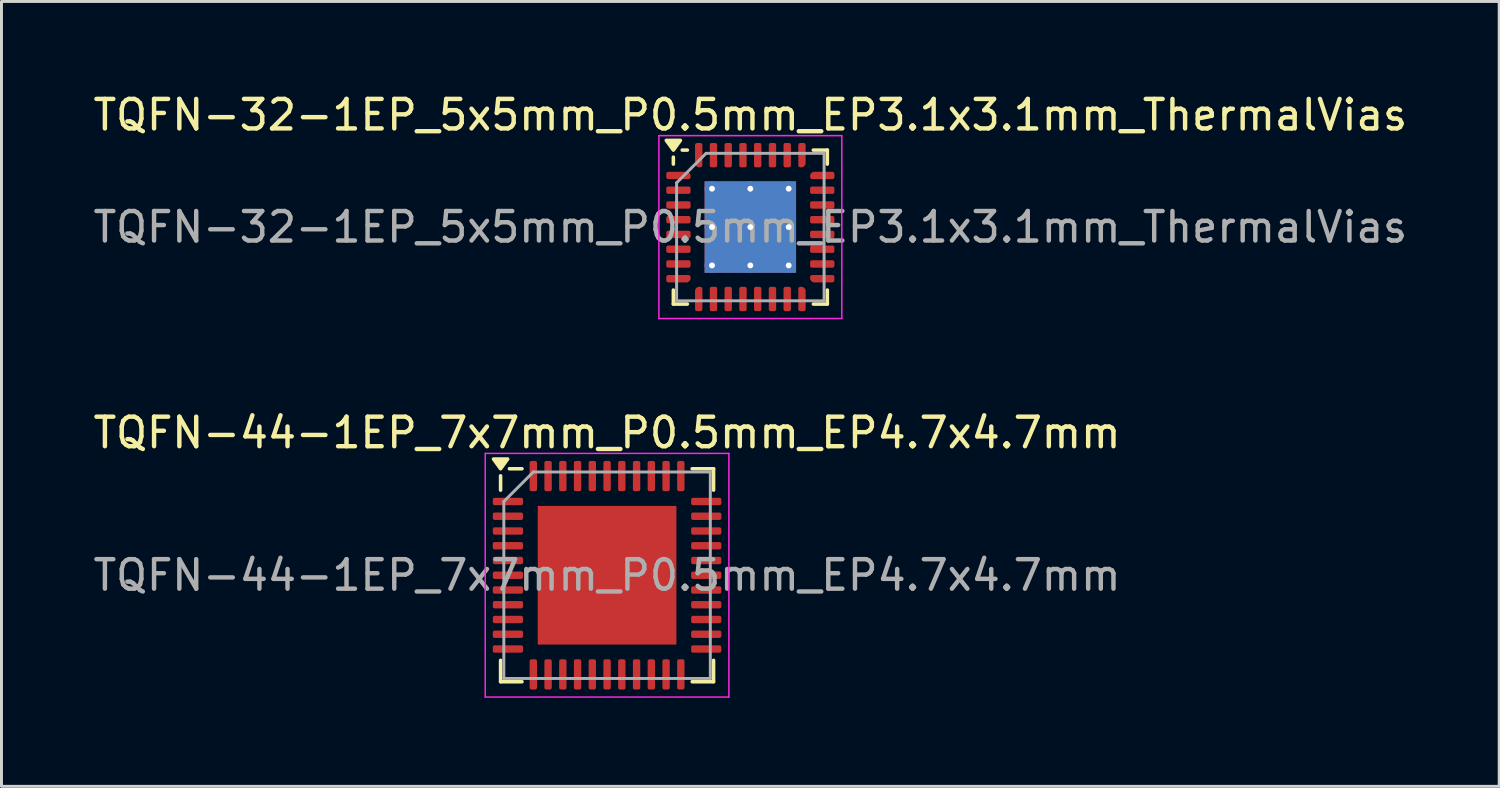
<source format=kicad_pcb>
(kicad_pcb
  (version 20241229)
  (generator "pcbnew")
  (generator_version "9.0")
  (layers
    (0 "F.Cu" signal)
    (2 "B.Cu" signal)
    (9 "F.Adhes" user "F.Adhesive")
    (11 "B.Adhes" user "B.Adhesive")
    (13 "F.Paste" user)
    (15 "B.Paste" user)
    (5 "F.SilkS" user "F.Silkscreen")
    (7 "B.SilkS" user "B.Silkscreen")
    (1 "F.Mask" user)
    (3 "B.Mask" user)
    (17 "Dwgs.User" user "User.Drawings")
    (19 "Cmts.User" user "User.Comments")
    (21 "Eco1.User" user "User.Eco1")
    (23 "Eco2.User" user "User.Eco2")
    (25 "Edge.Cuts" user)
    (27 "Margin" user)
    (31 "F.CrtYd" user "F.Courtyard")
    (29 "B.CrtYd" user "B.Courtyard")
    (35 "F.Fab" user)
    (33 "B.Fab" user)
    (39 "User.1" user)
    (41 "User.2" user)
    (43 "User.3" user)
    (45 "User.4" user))
  (footprint "TQFN-32-1EP_5x5mm_P0.5mm_EP3.1x3.1mm_ThermalVias"
    (layer "F.Cu")
    (at 22.387 4.648)
    (property "Reference" "TQFN-32-1EP_5x5mm_P0.5mm_EP3.1x3.1mm_ThermalVias" (at 0 -3.8 0) (layer "F.SilkS") (effects (font (size 1 1) (thickness 0.15))))
    (attr smd)
    (fp_line (start -2.61 -2.135) (end -2.61 -2.37) (stroke (width 0.12) (type solid)) (layer "F.SilkS"))
    (fp_line (start -2.61 2.61) (end -2.61 2.135) (stroke (width 0.12) (type solid)) (layer "F.SilkS"))
    (fp_line (start -2.135 -2.61) (end -2.31 -2.61) (stroke (width 0.12) (type solid)) (layer "F.SilkS"))
    (fp_line (start -2.135 2.61) (end -2.61 2.61) (stroke (width 0.12) (type solid)) (layer "F.SilkS"))
    (fp_line (start 2.135 -2.61) (end 2.61 -2.61) (stroke (width 0.12) (type solid)) (layer "F.SilkS"))
    (fp_line (start 2.135 2.61) (end 2.61 2.61) (stroke (width 0.12) (type solid)) (layer "F.SilkS"))
    (fp_line (start 2.61 -2.61) (end 2.61 -2.135) (stroke (width 0.12) (type solid)) (layer "F.SilkS"))
    (fp_line (start 2.61 2.61) (end 2.61 2.135) (stroke (width 0.12) (type solid)) (layer "F.SilkS"))
    (fp_poly (pts (xy -2.61 -2.61) (xy -2.85 -2.94) (xy -2.37 -2.94) (xy -2.61 -2.61)) (stroke (width 0.12) (type solid)) (fill yes) (layer "F.SilkS"))
    (fp_line (start -3.1 -3.1) (end -3.1 3.1) (stroke (width 0.05) (type solid)) (layer "F.CrtYd"))
    (fp_line (start -3.1 3.1) (end 3.1 3.1) (stroke (width 0.05) (type solid)) (layer "F.CrtYd"))
    (fp_line (start 3.1 -3.1) (end -3.1 -3.1) (stroke (width 0.05) (type solid)) (layer "F.CrtYd"))
    (fp_line (start 3.1 3.1) (end 3.1 -3.1) (stroke (width 0.05) (type solid)) (layer "F.CrtYd"))
    (fp_line (start -2.5 -1.5) (end -1.5 -2.5) (stroke (width 0.1) (type solid)) (layer "F.Fab"))
    (fp_line (start -2.5 2.5) (end -2.5 -1.5) (stroke (width 0.1) (type solid)) (layer "F.Fab"))
    (fp_line (start -1.5 -2.5) (end 2.5 -2.5) (stroke (width 0.1) (type solid)) (layer "F.Fab"))
    (fp_line (start 2.5 -2.5) (end 2.5 2.5) (stroke (width 0.1) (type solid)) (layer "F.Fab"))
    (fp_line (start 2.5 2.5) (end -2.5 2.5) (stroke (width 0.1) (type solid)) (layer "F.Fab"))
    (fp_text user "${REFERENCE}" (at 0 0 0) (layer "F.Fab") (effects (font (size 1 1) (thickness 0.15))))
    (pad "" smd roundrect (at -0.775 -0.775) (size 1.34 1.34) (layers "F.Paste") (roundrect_rratio 0.187))
    (pad "" smd roundrect (at -0.775 0.775) (size 1.34 1.34) (layers "F.Paste") (roundrect_rratio 0.187))
    (pad "" smd roundrect (at 0.775 -0.775) (size 1.34 1.34) (layers "F.Paste") (roundrect_rratio 0.187))
    (pad "" smd roundrect (at 0.775 0.775) (size 1.34 1.34) (layers "F.Paste") (roundrect_rratio 0.187))
    (pad "1" smd custom (at -2.438 -1.75) (size 0.186 0.186) (layers "F.Cu" "F.Mask" "F.Paste") (options (anchor circle)) (primitives (gr_poly (pts (xy -0.35 -0.062) (xy 0.297 -0.062) (xy 0.35 -0.009) (xy 0.35 0.062) (xy -0.35 0.062)) (width 0.125) (fill yes))))
    (pad "2" smd roundrect (at -2.438 -1.25) (size 0.825 0.25) (layers "F.Cu" "F.Mask" "F.Paste") (roundrect_rratio 0.25))
    (pad "3" smd roundrect (at -2.438 -0.75) (size 0.825 0.25) (layers "F.Cu" "F.Mask" "F.Paste") (roundrect_rratio 0.25))
    (pad "4" smd roundrect (at -2.438 -0.25) (size 0.825 0.25) (layers "F.Cu" "F.Mask" "F.Paste") (roundrect_rratio 0.25))
    (pad "5" smd roundrect (at -2.438 0.25) (size 0.825 0.25) (layers "F.Cu" "F.Mask" "F.Paste") (roundrect_rratio 0.25))
    (pad "6" smd roundrect (at -2.438 0.75) (size 0.825 0.25) (layers "F.Cu" "F.Mask" "F.Paste") (roundrect_rratio 0.25))
    (pad "7" smd roundrect (at -2.438 1.25) (size 0.825 0.25) (layers "F.Cu" "F.Mask" "F.Paste") (roundrect_rratio 0.25))
    (pad "8" smd custom (at -2.438 1.75) (size 0.186 0.186) (layers "F.Cu" "F.Mask" "F.Paste") (options (anchor circle)) (primitives (gr_poly (pts (xy -0.35 -0.062) (xy 0.35 -0.062) (xy 0.35 0.009) (xy 0.297 0.062) (xy -0.35 0.062)) (width 0.125) (fill yes))))
    (pad "9" smd custom (at -1.75 2.438) (size 0.186 0.186) (layers "F.Cu" "F.Mask" "F.Paste") (options (anchor circle)) (primitives (gr_poly (pts (xy -0.062 -0.297) (xy -0.009 -0.35) (xy 0.062 -0.35) (xy 0.062 0.35) (xy -0.062 0.35)) (width 0.125) (fill yes))))
    (pad "10" smd roundrect (at -1.25 2.438) (size 0.25 0.825) (layers "F.Cu" "F.Mask" "F.Paste") (roundrect_rratio 0.25))
    (pad "11" smd roundrect (at -0.75 2.438) (size 0.25 0.825) (layers "F.Cu" "F.Mask" "F.Paste") (roundrect_rratio 0.25))
    (pad "12" smd roundrect (at -0.25 2.438) (size 0.25 0.825) (layers "F.Cu" "F.Mask" "F.Paste") (roundrect_rratio 0.25))
    (pad "13" smd roundrect (at 0.25 2.438) (size 0.25 0.825) (layers "F.Cu" "F.Mask" "F.Paste") (roundrect_rratio 0.25))
    (pad "14" smd roundrect (at 0.75 2.438) (size 0.25 0.825) (layers "F.Cu" "F.Mask" "F.Paste") (roundrect_rratio 0.25))
    (pad "15" smd roundrect (at 1.25 2.438) (size 0.25 0.825) (layers "F.Cu" "F.Mask" "F.Paste") (roundrect_rratio 0.25))
    (pad "16" smd custom (at 1.75 2.438) (size 0.186 0.186) (layers "F.Cu" "F.Mask" "F.Paste") (options (anchor circle)) (primitives (gr_poly (pts (xy -0.062 -0.35) (xy 0.009 -0.35) (xy 0.062 -0.297) (xy 0.062 0.35) (xy -0.062 0.35)) (width 0.125) (fill yes))))
    (pad "17" smd custom (at 2.438 1.75) (size 0.186 0.186) (layers "F.Cu" "F.Mask" "F.Paste") (options (anchor circle)) (primitives (gr_poly (pts (xy -0.35 -0.062) (xy 0.35 -0.062) (xy 0.35 0.062) (xy -0.297 0.062) (xy -0.35 0.009)) (width 0.125) (fill yes))))
    (pad "18" smd roundrect (at 2.438 1.25) (size 0.825 0.25) (layers "F.Cu" "F.Mask" "F.Paste") (roundrect_rratio 0.25))
    (pad "19" smd roundrect (at 2.438 0.75) (size 0.825 0.25) (layers "F.Cu" "F.Mask" "F.Paste") (roundrect_rratio 0.25))
    (pad "20" smd roundrect (at 2.438 0.25) (size 0.825 0.25) (layers "F.Cu" "F.Mask" "F.Paste") (roundrect_rratio 0.25))
    (pad "21" smd roundrect (at 2.438 -0.25) (size 0.825 0.25) (layers "F.Cu" "F.Mask" "F.Paste") (roundrect_rratio 0.25))
    (pad "22" smd roundrect (at 2.438 -0.75) (size 0.825 0.25) (layers "F.Cu" "F.Mask" "F.Paste") (roundrect_rratio 0.25))
    (pad "23" smd roundrect (at 2.438 -1.25) (size 0.825 0.25) (layers "F.Cu" "F.Mask" "F.Paste") (roundrect_rratio 0.25))
    (pad "24" smd custom (at 2.438 -1.75) (size 0.186 0.186) (layers "F.Cu" "F.Mask" "F.Paste") (options (anchor circle)) (primitives (gr_poly (pts (xy -0.35 -0.009) (xy -0.297 -0.062) (xy 0.35 -0.062) (xy 0.35 0.062) (xy -0.35 0.062)) (width 0.125) (fill yes))))
    (pad "25" smd custom (at 1.75 -2.438) (size 0.186 0.186) (layers "F.Cu" "F.Mask" "F.Paste") (options (anchor circle)) (primitives (gr_poly (pts (xy -0.062 -0.35) (xy 0.062 -0.35) (xy 0.062 0.297) (xy 0.009 0.35) (xy -0.062 0.35)) (width 0.125) (fill yes))))
    (pad "26" smd roundrect (at 1.25 -2.438) (size 0.25 0.825) (layers "F.Cu" "F.Mask" "F.Paste") (roundrect_rratio 0.25))
    (pad "27" smd roundrect (at 0.75 -2.438) (size 0.25 0.825) (layers "F.Cu" "F.Mask" "F.Paste") (roundrect_rratio 0.25))
    (pad "28" smd roundrect (at 0.25 -2.438) (size 0.25 0.825) (layers "F.Cu" "F.Mask" "F.Paste") (roundrect_rratio 0.25))
    (pad "29" smd roundrect (at -0.25 -2.438) (size 0.25 0.825) (layers "F.Cu" "F.Mask" "F.Paste") (roundrect_rratio 0.25))
    (pad "30" smd roundrect (at -0.75 -2.438) (size 0.25 0.825) (layers "F.Cu" "F.Mask" "F.Paste") (roundrect_rratio 0.25))
    (pad "31" smd roundrect (at -1.25 -2.438) (size 0.25 0.825) (layers "F.Cu" "F.Mask" "F.Paste") (roundrect_rratio 0.25))
    (pad "32" smd custom (at -1.75 -2.438) (size 0.186 0.186) (layers "F.Cu" "F.Mask" "F.Paste") (options (anchor circle)) (primitives (gr_poly (pts (xy -0.062 -0.35) (xy 0.062 -0.35) (xy 0.062 0.35) (xy -0.009 0.35) (xy -0.062 0.297)) (width 0.125) (fill yes))))
    (pad "33" thru_hole circle (at -1.3 -1.3) (size 0.5 0.5) (drill 0.2) (property pad_prop_heatsink) (layers "*.Cu"))
    (pad "33" thru_hole circle (at -1.3 0) (size 0.5 0.5) (drill 0.2) (property pad_prop_heatsink) (layers "*.Cu"))
    (pad "33" thru_hole circle (at -1.3 1.3) (size 0.5 0.5) (drill 0.2) (property pad_prop_heatsink) (layers "*.Cu"))
    (pad "33" thru_hole circle (at 0 -1.3) (size 0.5 0.5) (drill 0.2) (property pad_prop_heatsink) (layers "*.Cu"))
    (pad "33" thru_hole circle (at 0 0) (size 0.5 0.5) (drill 0.2) (property pad_prop_heatsink) (layers "*.Cu"))
    (pad "33" smd rect (at 0 0) (size 3.1 3.1) (property pad_prop_heatsink) (layers "F.Cu" "F.Mask"))
    (pad "33" smd rect (at 0 0) (size 3.1 3.1) (property pad_prop_heatsink) (layers "B.Cu"))
    (pad "33" thru_hole circle (at 0 1.3) (size 0.5 0.5) (drill 0.2) (property pad_prop_heatsink) (layers "*.Cu"))
    (pad "33" thru_hole circle (at 1.3 -1.3) (size 0.5 0.5) (drill 0.2) (property pad_prop_heatsink) (layers "*.Cu"))
    (pad "33" thru_hole circle (at 1.3 0) (size 0.5 0.5) (drill 0.2) (property pad_prop_heatsink) (layers "*.Cu"))
    (pad "33" thru_hole circle (at 1.3 1.3) (size 0.5 0.5) (drill 0.2) (property pad_prop_heatsink) (layers "*.Cu")))
  (footprint "TQFN-44-1EP_7x7mm_P0.5mm_EP4.7x4.7mm"
    (layer "F.Cu")
    (at 17.53 16.451)
    (property "Reference" "TQFN-44-1EP_7x7mm_P0.5mm_EP4.7x4.7mm" (at 0 -4.83 0) (layer "F.SilkS") (effects (font (size 1 1) (thickness 0.15))))
    (attr smd)
    (fp_line (start -3.61 -2.885) (end -3.61 -3.37) (stroke (width 0.12) (type solid)) (layer "F.SilkS"))
    (fp_line (start -3.61 3.61) (end -3.61 2.885) (stroke (width 0.12) (type solid)) (layer "F.SilkS"))
    (fp_line (start -2.885 -3.61) (end -3.31 -3.61) (stroke (width 0.12) (type solid)) (layer "F.SilkS"))
    (fp_line (start -2.885 3.61) (end -3.61 3.61) (stroke (width 0.12) (type solid)) (layer "F.SilkS"))
    (fp_line (start 2.885 -3.61) (end 3.61 -3.61) (stroke (width 0.12) (type solid)) (layer "F.SilkS"))
    (fp_line (start 2.885 3.61) (end 3.61 3.61) (stroke (width 0.12) (type solid)) (layer "F.SilkS"))
    (fp_line (start 3.61 -3.61) (end 3.61 -2.885) (stroke (width 0.12) (type solid)) (layer "F.SilkS"))
    (fp_line (start 3.61 3.61) (end 3.61 2.885) (stroke (width 0.12) (type solid)) (layer "F.SilkS"))
    (fp_poly (pts (xy -3.61 -3.61) (xy -3.85 -3.94) (xy -3.37 -3.94) (xy -3.61 -3.61)) (stroke (width 0.12) (type solid)) (fill yes) (layer "F.SilkS"))
    (fp_line (start -4.13 -4.13) (end -4.13 4.13) (stroke (width 0.05) (type solid)) (layer "F.CrtYd"))
    (fp_line (start -4.13 4.13) (end 4.13 4.13) (stroke (width 0.05) (type solid)) (layer "F.CrtYd"))
    (fp_line (start 4.13 -4.13) (end -4.13 -4.13) (stroke (width 0.05) (type solid)) (layer "F.CrtYd"))
    (fp_line (start 4.13 4.13) (end 4.13 -4.13) (stroke (width 0.05) (type solid)) (layer "F.CrtYd"))
    (fp_line (start -3.5 -2.5) (end -2.5 -3.5) (stroke (width 0.1) (type solid)) (layer "F.Fab"))
    (fp_line (start -3.5 3.5) (end -3.5 -2.5) (stroke (width 0.1) (type solid)) (layer "F.Fab"))
    (fp_line (start -2.5 -3.5) (end 3.5 -3.5) (stroke (width 0.1) (type solid)) (layer "F.Fab"))
    (fp_line (start 3.5 -3.5) (end 3.5 3.5) (stroke (width 0.1) (type solid)) (layer "F.Fab"))
    (fp_line (start 3.5 3.5) (end -3.5 3.5) (stroke (width 0.1) (type solid)) (layer "F.Fab"))
    (fp_text user "${REFERENCE}" (at 0 0 0) (layer "F.Fab") (effects (font (size 1 1) (thickness 0.15))))
    (pad "" smd roundrect (at -1.57 -1.57) (size 1.26 1.26) (layers "F.Paste") (roundrect_rratio 0.198))
    (pad "" smd roundrect (at -1.57 0) (size 1.26 1.26) (layers "F.Paste") (roundrect_rratio 0.198))
    (pad "" smd roundrect (at -1.57 1.57) (size 1.26 1.26) (layers "F.Paste") (roundrect_rratio 0.198))
    (pad "" smd roundrect (at 0 -1.57) (size 1.26 1.26) (layers "F.Paste") (roundrect_rratio 0.198))
    (pad "" smd roundrect (at 0 0) (size 1.26 1.26) (layers "F.Paste") (roundrect_rratio 0.198))
    (pad "" smd roundrect (at 0 1.57) (size 1.26 1.26) (layers "F.Paste") (roundrect_rratio 0.198))
    (pad "" smd roundrect (at 1.57 -1.57) (size 1.26 1.26) (layers "F.Paste") (roundrect_rratio 0.198))
    (pad "" smd roundrect (at 1.57 0) (size 1.26 1.26) (layers "F.Paste") (roundrect_rratio 0.198))
    (pad "" smd roundrect (at 1.57 1.57) (size 1.26 1.26) (layers "F.Paste") (roundrect_rratio 0.198))
    (pad "1" smd roundrect (at -3.362 -2.5) (size 1.025 0.25) (layers "F.Cu" "F.Mask" "F.Paste") (roundrect_rratio 0.25))
    (pad "2" smd roundrect (at -3.362 -2) (size 1.025 0.25) (layers "F.Cu" "F.Mask" "F.Paste") (roundrect_rratio 0.25))
    (pad "3" smd roundrect (at -3.362 -1.5) (size 1.025 0.25) (layers "F.Cu" "F.Mask" "F.Paste") (roundrect_rratio 0.25))
    (pad "4" smd roundrect (at -3.362 -1) (size 1.025 0.25) (layers "F.Cu" "F.Mask" "F.Paste") (roundrect_rratio 0.25))
    (pad "5" smd roundrect (at -3.362 -0.5) (size 1.025 0.25) (layers "F.Cu" "F.Mask" "F.Paste") (roundrect_rratio 0.25))
    (pad "6" smd roundrect (at -3.362 0) (size 1.025 0.25) (layers "F.Cu" "F.Mask" "F.Paste") (roundrect_rratio 0.25))
    (pad "7" smd roundrect (at -3.362 0.5) (size 1.025 0.25) (layers "F.Cu" "F.Mask" "F.Paste") (roundrect_rratio 0.25))
    (pad "8" smd roundrect (at -3.362 1) (size 1.025 0.25) (layers "F.Cu" "F.Mask" "F.Paste") (roundrect_rratio 0.25))
    (pad "9" smd roundrect (at -3.362 1.5) (size 1.025 0.25) (layers "F.Cu" "F.Mask" "F.Paste") (roundrect_rratio 0.25))
    (pad "10" smd roundrect (at -3.362 2) (size 1.025 0.25) (layers "F.Cu" "F.Mask" "F.Paste") (roundrect_rratio 0.25))
    (pad "11" smd roundrect (at -3.362 2.5) (size 1.025 0.25) (layers "F.Cu" "F.Mask" "F.Paste") (roundrect_rratio 0.25))
    (pad "12" smd roundrect (at -2.5 3.362) (size 0.25 1.025) (layers "F.Cu" "F.Mask" "F.Paste") (roundrect_rratio 0.25))
    (pad "13" smd roundrect (at -2 3.362) (size 0.25 1.025) (layers "F.Cu" "F.Mask" "F.Paste") (roundrect_rratio 0.25))
    (pad "14" smd roundrect (at -1.5 3.362) (size 0.25 1.025) (layers "F.Cu" "F.Mask" "F.Paste") (roundrect_rratio 0.25))
    (pad "15" smd roundrect (at -1 3.362) (size 0.25 1.025) (layers "F.Cu" "F.Mask" "F.Paste") (roundrect_rratio 0.25))
    (pad "16" smd roundrect (at -0.5 3.362) (size 0.25 1.025) (layers "F.Cu" "F.Mask" "F.Paste") (roundrect_rratio 0.25))
    (pad "17" smd roundrect (at 0 3.362) (size 0.25 1.025) (layers "F.Cu" "F.Mask" "F.Paste") (roundrect_rratio 0.25))
    (pad "18" smd roundrect (at 0.5 3.362) (size 0.25 1.025) (layers "F.Cu" "F.Mask" "F.Paste") (roundrect_rratio 0.25))
    (pad "19" smd roundrect (at 1 3.362) (size 0.25 1.025) (layers "F.Cu" "F.Mask" "F.Paste") (roundrect_rratio 0.25))
    (pad "20" smd roundrect (at 1.5 3.362) (size 0.25 1.025) (layers "F.Cu" "F.Mask" "F.Paste") (roundrect_rratio 0.25))
    (pad "21" smd roundrect (at 2 3.362) (size 0.25 1.025) (layers "F.Cu" "F.Mask" "F.Paste") (roundrect_rratio 0.25))
    (pad "22" smd roundrect (at 2.5 3.362) (size 0.25 1.025) (layers "F.Cu" "F.Mask" "F.Paste") (roundrect_rratio 0.25))
    (pad "23" smd roundrect (at 3.362 2.5) (size 1.025 0.25) (layers "F.Cu" "F.Mask" "F.Paste") (roundrect_rratio 0.25))
    (pad "24" smd roundrect (at 3.362 2) (size 1.025 0.25) (layers "F.Cu" "F.Mask" "F.Paste") (roundrect_rratio 0.25))
    (pad "25" smd roundrect (at 3.362 1.5) (size 1.025 0.25) (layers "F.Cu" "F.Mask" "F.Paste") (roundrect_rratio 0.25))
    (pad "26" smd roundrect (at 3.362 1) (size 1.025 0.25) (layers "F.Cu" "F.Mask" "F.Paste") (roundrect_rratio 0.25))
    (pad "27" smd roundrect (at 3.362 0.5) (size 1.025 0.25) (layers "F.Cu" "F.Mask" "F.Paste") (roundrect_rratio 0.25))
    (pad "28" smd roundrect (at 3.362 0) (size 1.025 0.25) (layers "F.Cu" "F.Mask" "F.Paste") (roundrect_rratio 0.25))
    (pad "29" smd roundrect (at 3.362 -0.5) (size 1.025 0.25) (layers "F.Cu" "F.Mask" "F.Paste") (roundrect_rratio 0.25))
    (pad "30" smd roundrect (at 3.362 -1) (size 1.025 0.25) (layers "F.Cu" "F.Mask" "F.Paste") (roundrect_rratio 0.25))
    (pad "31" smd roundrect (at 3.362 -1.5) (size 1.025 0.25) (layers "F.Cu" "F.Mask" "F.Paste") (roundrect_rratio 0.25))
    (pad "32" smd roundrect (at 3.362 -2) (size 1.025 0.25) (layers "F.Cu" "F.Mask" "F.Paste") (roundrect_rratio 0.25))
    (pad "33" smd roundrect (at 3.362 -2.5) (size 1.025 0.25) (layers "F.Cu" "F.Mask" "F.Paste") (roundrect_rratio 0.25))
    (pad "34" smd roundrect (at 2.5 -3.362) (size 0.25 1.025) (layers "F.Cu" "F.Mask" "F.Paste") (roundrect_rratio 0.25))
    (pad "35" smd roundrect (at 2 -3.362) (size 0.25 1.025) (layers "F.Cu" "F.Mask" "F.Paste") (roundrect_rratio 0.25))
    (pad "36" smd roundrect (at 1.5 -3.362) (size 0.25 1.025) (layers "F.Cu" "F.Mask" "F.Paste") (roundrect_rratio 0.25))
    (pad "37" smd roundrect (at 1 -3.362) (size 0.25 1.025) (layers "F.Cu" "F.Mask" "F.Paste") (roundrect_rratio 0.25))
    (pad "38" smd roundrect (at 0.5 -3.362) (size 0.25 1.025) (layers "F.Cu" "F.Mask" "F.Paste") (roundrect_rratio 0.25))
    (pad "39" smd roundrect (at 0 -3.362) (size 0.25 1.025) (layers "F.Cu" "F.Mask" "F.Paste") (roundrect_rratio 0.25))
    (pad "40" smd roundrect (at -0.5 -3.362) (size 0.25 1.025) (layers "F.Cu" "F.Mask" "F.Paste") (roundrect_rratio 0.25))
    (pad "41" smd roundrect (at -1 -3.362) (size 0.25 1.025) (layers "F.Cu" "F.Mask" "F.Paste") (roundrect_rratio 0.25))
    (pad "42" smd roundrect (at -1.5 -3.362) (size 0.25 1.025) (layers "F.Cu" "F.Mask" "F.Paste") (roundrect_rratio 0.25))
    (pad "43" smd roundrect (at -2 -3.362) (size 0.25 1.025) (layers "F.Cu" "F.Mask" "F.Paste") (roundrect_rratio 0.25))
    (pad "44" smd roundrect (at -2.5 -3.362) (size 0.25 1.025) (layers "F.Cu" "F.Mask" "F.Paste") (roundrect_rratio 0.25))
    (pad "45" smd rect (at 0 0) (size 4.7 4.7) (property pad_prop_heatsink) (layers "F.Cu" "F.Mask")))
  (gr_rect
    (start -3 -3)
    (end 47.774 23.607)
    (stroke (width 0.1) (type default))
    (fill no)
    (layer "Edge.Cuts")))
</source>
